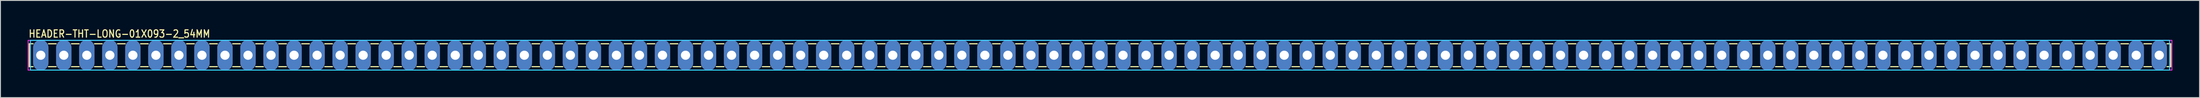
<source format=kicad_pcb>
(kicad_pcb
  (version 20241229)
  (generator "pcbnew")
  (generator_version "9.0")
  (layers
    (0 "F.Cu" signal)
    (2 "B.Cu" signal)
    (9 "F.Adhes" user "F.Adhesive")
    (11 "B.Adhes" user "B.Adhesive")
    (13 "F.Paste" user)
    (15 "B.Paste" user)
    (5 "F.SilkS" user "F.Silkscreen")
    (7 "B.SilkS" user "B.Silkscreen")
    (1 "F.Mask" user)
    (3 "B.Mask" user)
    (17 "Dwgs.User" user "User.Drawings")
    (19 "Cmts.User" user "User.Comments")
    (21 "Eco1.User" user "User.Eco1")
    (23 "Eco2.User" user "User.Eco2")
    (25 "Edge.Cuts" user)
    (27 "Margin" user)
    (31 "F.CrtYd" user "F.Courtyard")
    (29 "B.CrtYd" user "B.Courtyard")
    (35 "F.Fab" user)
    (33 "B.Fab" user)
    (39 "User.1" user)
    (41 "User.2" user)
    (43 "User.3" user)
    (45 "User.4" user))
  (footprint "HEADER-THT-LONG-01X093-2_54MM"
    (layer "F.Cu")
    (at 1.447 3.079)
    (property "Reference" "HEADER-THT-LONG-01X093-2_54MM" (at -1.4 -1.9 0) (unlocked yes) (layer "F.SilkS") (effects (font (size 0.813 0.695) (thickness 0.122)) (justify left bottom)))
    (fp_line (start -1.27 -1.27) (end -1.27 1.27) (stroke (width 0.127) (type solid)) (layer "F.SilkS"))
    (fp_line (start -1.27 1.27) (end -0.85 1.27) (stroke (width 0.127) (type solid)) (layer "F.SilkS"))
    (fp_line (start -0.85 -1.27) (end -1.27 -1.27) (stroke (width 0.127) (type solid)) (layer "F.SilkS"))
    (fp_line (start 0.85 -1.27) (end 1.69 -1.27) (stroke (width 0.127) (type solid)) (layer "F.SilkS"))
    (fp_line (start 0.85 1.27) (end 1.69 1.27) (stroke (width 0.127) (type solid)) (layer "F.SilkS"))
    (fp_line (start 3.39 -1.27) (end 4.23 -1.27) (stroke (width 0.127) (type solid)) (layer "F.SilkS"))
    (fp_line (start 3.39 1.27) (end 4.23 1.27) (stroke (width 0.127) (type solid)) (layer "F.SilkS"))
    (fp_line (start 5.93 -1.27) (end 6.77 -1.27) (stroke (width 0.127) (type solid)) (layer "F.SilkS"))
    (fp_line (start 5.93 1.27) (end 6.77 1.27) (stroke (width 0.127) (type solid)) (layer "F.SilkS"))
    (fp_line (start 8.47 -1.27) (end 9.31 -1.27) (stroke (width 0.127) (type solid)) (layer "F.SilkS"))
    (fp_line (start 8.47 1.27) (end 9.31 1.27) (stroke (width 0.127) (type solid)) (layer "F.SilkS"))
    (fp_line (start 11.01 -1.27) (end 11.85 -1.27) (stroke (width 0.127) (type solid)) (layer "F.SilkS"))
    (fp_line (start 11.01 1.27) (end 11.85 1.27) (stroke (width 0.127) (type solid)) (layer "F.SilkS"))
    (fp_line (start 13.55 -1.27) (end 14.39 -1.27) (stroke (width 0.127) (type solid)) (layer "F.SilkS"))
    (fp_line (start 13.55 1.27) (end 14.39 1.27) (stroke (width 0.127) (type solid)) (layer "F.SilkS"))
    (fp_line (start 16.09 -1.27) (end 16.93 -1.27) (stroke (width 0.127) (type solid)) (layer "F.SilkS"))
    (fp_line (start 16.09 1.27) (end 16.93 1.27) (stroke (width 0.127) (type solid)) (layer "F.SilkS"))
    (fp_line (start 18.63 -1.27) (end 19.47 -1.27) (stroke (width 0.127) (type solid)) (layer "F.SilkS"))
    (fp_line (start 18.63 1.27) (end 19.47 1.27) (stroke (width 0.127) (type solid)) (layer "F.SilkS"))
    (fp_line (start 21.17 -1.27) (end 22.01 -1.27) (stroke (width 0.127) (type solid)) (layer "F.SilkS"))
    (fp_line (start 21.17 1.27) (end 22.01 1.27) (stroke (width 0.127) (type solid)) (layer "F.SilkS"))
    (fp_line (start 23.71 -1.27) (end 24.55 -1.27) (stroke (width 0.127) (type solid)) (layer "F.SilkS"))
    (fp_line (start 23.71 1.27) (end 24.55 1.27) (stroke (width 0.127) (type solid)) (layer "F.SilkS"))
    (fp_line (start 26.25 -1.27) (end 27.09 -1.27) (stroke (width 0.127) (type solid)) (layer "F.SilkS"))
    (fp_line (start 26.25 1.27) (end 27.09 1.27) (stroke (width 0.127) (type solid)) (layer "F.SilkS"))
    (fp_line (start 28.79 -1.27) (end 29.63 -1.27) (stroke (width 0.127) (type solid)) (layer "F.SilkS"))
    (fp_line (start 28.79 1.27) (end 29.63 1.27) (stroke (width 0.127) (type solid)) (layer "F.SilkS"))
    (fp_line (start 31.33 -1.27) (end 32.17 -1.27) (stroke (width 0.127) (type solid)) (layer "F.SilkS"))
    (fp_line (start 31.33 1.27) (end 32.17 1.27) (stroke (width 0.127) (type solid)) (layer "F.SilkS"))
    (fp_line (start 33.87 -1.27) (end 34.71 -1.27) (stroke (width 0.127) (type solid)) (layer "F.SilkS"))
    (fp_line (start 33.87 1.27) (end 34.71 1.27) (stroke (width 0.127) (type solid)) (layer "F.SilkS"))
    (fp_line (start 36.41 -1.27) (end 37.25 -1.27) (stroke (width 0.127) (type solid)) (layer "F.SilkS"))
    (fp_line (start 36.41 1.27) (end 37.25 1.27) (stroke (width 0.127) (type solid)) (layer "F.SilkS"))
    (fp_line (start 38.95 -1.27) (end 39.79 -1.27) (stroke (width 0.127) (type solid)) (layer "F.SilkS"))
    (fp_line (start 38.95 1.27) (end 39.79 1.27) (stroke (width 0.127) (type solid)) (layer "F.SilkS"))
    (fp_line (start 41.49 -1.27) (end 42.33 -1.27) (stroke (width 0.127) (type solid)) (layer "F.SilkS"))
    (fp_line (start 41.49 1.27) (end 42.33 1.27) (stroke (width 0.127) (type solid)) (layer "F.SilkS"))
    (fp_line (start 44.03 -1.27) (end 44.87 -1.27) (stroke (width 0.127) (type solid)) (layer "F.SilkS"))
    (fp_line (start 44.03 1.27) (end 44.87 1.27) (stroke (width 0.127) (type solid)) (layer "F.SilkS"))
    (fp_line (start 46.57 -1.27) (end 47.41 -1.27) (stroke (width 0.127) (type solid)) (layer "F.SilkS"))
    (fp_line (start 46.57 1.27) (end 47.41 1.27) (stroke (width 0.127) (type solid)) (layer "F.SilkS"))
    (fp_line (start 49.11 -1.27) (end 49.95 -1.27) (stroke (width 0.127) (type solid)) (layer "F.SilkS"))
    (fp_line (start 49.11 1.27) (end 49.95 1.27) (stroke (width 0.127) (type solid)) (layer "F.SilkS"))
    (fp_line (start 51.65 -1.27) (end 52.49 -1.27) (stroke (width 0.127) (type solid)) (layer "F.SilkS"))
    (fp_line (start 51.65 1.27) (end 52.49 1.27) (stroke (width 0.127) (type solid)) (layer "F.SilkS"))
    (fp_line (start 54.19 -1.27) (end 55.03 -1.27) (stroke (width 0.127) (type solid)) (layer "F.SilkS"))
    (fp_line (start 54.19 1.27) (end 55.03 1.27) (stroke (width 0.127) (type solid)) (layer "F.SilkS"))
    (fp_line (start 56.73 -1.27) (end 57.57 -1.27) (stroke (width 0.127) (type solid)) (layer "F.SilkS"))
    (fp_line (start 56.73 1.27) (end 57.57 1.27) (stroke (width 0.127) (type solid)) (layer "F.SilkS"))
    (fp_line (start 59.27 -1.27) (end 60.11 -1.27) (stroke (width 0.127) (type solid)) (layer "F.SilkS"))
    (fp_line (start 59.27 1.27) (end 60.11 1.27) (stroke (width 0.127) (type solid)) (layer "F.SilkS"))
    (fp_line (start 61.81 -1.27) (end 62.65 -1.27) (stroke (width 0.127) (type solid)) (layer "F.SilkS"))
    (fp_line (start 61.81 1.27) (end 62.65 1.27) (stroke (width 0.127) (type solid)) (layer "F.SilkS"))
    (fp_line (start 64.35 -1.27) (end 65.19 -1.27) (stroke (width 0.127) (type solid)) (layer "F.SilkS"))
    (fp_line (start 64.35 1.27) (end 65.19 1.27) (stroke (width 0.127) (type solid)) (layer "F.SilkS"))
    (fp_line (start 66.89 -1.27) (end 67.73 -1.27) (stroke (width 0.127) (type solid)) (layer "F.SilkS"))
    (fp_line (start 66.89 1.27) (end 67.73 1.27) (stroke (width 0.127) (type solid)) (layer "F.SilkS"))
    (fp_line (start 69.43 -1.27) (end 70.27 -1.27) (stroke (width 0.127) (type solid)) (layer "F.SilkS"))
    (fp_line (start 69.43 1.27) (end 70.27 1.27) (stroke (width 0.127) (type solid)) (layer "F.SilkS"))
    (fp_line (start 71.97 -1.27) (end 72.81 -1.27) (stroke (width 0.127) (type solid)) (layer "F.SilkS"))
    (fp_line (start 71.97 1.27) (end 72.81 1.27) (stroke (width 0.127) (type solid)) (layer "F.SilkS"))
    (fp_line (start 74.51 -1.27) (end 75.35 -1.27) (stroke (width 0.127) (type solid)) (layer "F.SilkS"))
    (fp_line (start 74.51 1.27) (end 75.35 1.27) (stroke (width 0.127) (type solid)) (layer "F.SilkS"))
    (fp_line (start 77.05 -1.27) (end 77.89 -1.27) (stroke (width 0.127) (type solid)) (layer "F.SilkS"))
    (fp_line (start 77.05 1.27) (end 77.89 1.27) (stroke (width 0.127) (type solid)) (layer "F.SilkS"))
    (fp_line (start 79.59 -1.27) (end 80.43 -1.27) (stroke (width 0.127) (type solid)) (layer "F.SilkS"))
    (fp_line (start 79.59 1.27) (end 80.43 1.27) (stroke (width 0.127) (type solid)) (layer "F.SilkS"))
    (fp_line (start 82.13 -1.27) (end 82.97 -1.27) (stroke (width 0.127) (type solid)) (layer "F.SilkS"))
    (fp_line (start 82.13 1.27) (end 82.97 1.27) (stroke (width 0.127) (type solid)) (layer "F.SilkS"))
    (fp_line (start 84.67 -1.27) (end 85.51 -1.27) (stroke (width 0.127) (type solid)) (layer "F.SilkS"))
    (fp_line (start 84.67 1.27) (end 85.51 1.27) (stroke (width 0.127) (type solid)) (layer "F.SilkS"))
    (fp_line (start 87.21 -1.27) (end 88.05 -1.27) (stroke (width 0.127) (type solid)) (layer "F.SilkS"))
    (fp_line (start 87.21 1.27) (end 88.05 1.27) (stroke (width 0.127) (type solid)) (layer "F.SilkS"))
    (fp_line (start 89.75 -1.27) (end 90.59 -1.27) (stroke (width 0.127) (type solid)) (layer "F.SilkS"))
    (fp_line (start 89.75 1.27) (end 90.59 1.27) (stroke (width 0.127) (type solid)) (layer "F.SilkS"))
    (fp_line (start 92.29 -1.27) (end 93.13 -1.27) (stroke (width 0.127) (type solid)) (layer "F.SilkS"))
    (fp_line (start 92.29 1.27) (end 93.13 1.27) (stroke (width 0.127) (type solid)) (layer "F.SilkS"))
    (fp_line (start 94.83 -1.27) (end 95.67 -1.27) (stroke (width 0.127) (type solid)) (layer "F.SilkS"))
    (fp_line (start 94.83 1.27) (end 95.67 1.27) (stroke (width 0.127) (type solid)) (layer "F.SilkS"))
    (fp_line (start 97.37 -1.27) (end 98.21 -1.27) (stroke (width 0.127) (type solid)) (layer "F.SilkS"))
    (fp_line (start 97.37 1.27) (end 98.21 1.27) (stroke (width 0.127) (type solid)) (layer "F.SilkS"))
    (fp_line (start 99.91 -1.27) (end 100.75 -1.27) (stroke (width 0.127) (type solid)) (layer "F.SilkS"))
    (fp_line (start 99.91 1.27) (end 100.75 1.27) (stroke (width 0.127) (type solid)) (layer "F.SilkS"))
    (fp_line (start 102.45 -1.27) (end 103.29 -1.27) (stroke (width 0.127) (type solid)) (layer "F.SilkS"))
    (fp_line (start 102.45 1.27) (end 103.29 1.27) (stroke (width 0.127) (type solid)) (layer "F.SilkS"))
    (fp_line (start 104.99 -1.27) (end 105.83 -1.27) (stroke (width 0.127) (type solid)) (layer "F.SilkS"))
    (fp_line (start 104.99 1.27) (end 105.83 1.27) (stroke (width 0.127) (type solid)) (layer "F.SilkS"))
    (fp_line (start 107.53 -1.27) (end 108.37 -1.27) (stroke (width 0.127) (type solid)) (layer "F.SilkS"))
    (fp_line (start 107.53 1.27) (end 108.37 1.27) (stroke (width 0.127) (type solid)) (layer "F.SilkS"))
    (fp_line (start 110.07 -1.27) (end 110.91 -1.27) (stroke (width 0.127) (type solid)) (layer "F.SilkS"))
    (fp_line (start 110.07 1.27) (end 110.91 1.27) (stroke (width 0.127) (type solid)) (layer "F.SilkS"))
    (fp_line (start 112.61 -1.27) (end 113.45 -1.27) (stroke (width 0.127) (type solid)) (layer "F.SilkS"))
    (fp_line (start 112.61 1.27) (end 113.45 1.27) (stroke (width 0.127) (type solid)) (layer "F.SilkS"))
    (fp_line (start 115.15 -1.27) (end 115.99 -1.27) (stroke (width 0.127) (type solid)) (layer "F.SilkS"))
    (fp_line (start 115.15 1.27) (end 115.99 1.27) (stroke (width 0.127) (type solid)) (layer "F.SilkS"))
    (fp_line (start 117.69 -1.27) (end 118.53 -1.27) (stroke (width 0.127) (type solid)) (layer "F.SilkS"))
    (fp_line (start 117.69 1.27) (end 118.53 1.27) (stroke (width 0.127) (type solid)) (layer "F.SilkS"))
    (fp_line (start 120.23 -1.27) (end 121.07 -1.27) (stroke (width 0.127) (type solid)) (layer "F.SilkS"))
    (fp_line (start 120.23 1.27) (end 121.07 1.27) (stroke (width 0.127) (type solid)) (layer "F.SilkS"))
    (fp_line (start 122.77 -1.27) (end 123.61 -1.27) (stroke (width 0.127) (type solid)) (layer "F.SilkS"))
    (fp_line (start 122.77 1.27) (end 123.61 1.27) (stroke (width 0.127) (type solid)) (layer "F.SilkS"))
    (fp_line (start 125.31 -1.27) (end 126.15 -1.27) (stroke (width 0.127) (type solid)) (layer "F.SilkS"))
    (fp_line (start 125.31 1.27) (end 126.15 1.27) (stroke (width 0.127) (type solid)) (layer "F.SilkS"))
    (fp_line (start 127.85 -1.27) (end 128.69 -1.27) (stroke (width 0.127) (type solid)) (layer "F.SilkS"))
    (fp_line (start 127.85 1.27) (end 128.69 1.27) (stroke (width 0.127) (type solid)) (layer "F.SilkS"))
    (fp_line (start 130.39 -1.27) (end 131.23 -1.27) (stroke (width 0.127) (type solid)) (layer "F.SilkS"))
    (fp_line (start 130.39 1.27) (end 131.23 1.27) (stroke (width 0.127) (type solid)) (layer "F.SilkS"))
    (fp_line (start 132.93 -1.27) (end 133.77 -1.27) (stroke (width 0.127) (type solid)) (layer "F.SilkS"))
    (fp_line (start 132.93 1.27) (end 133.77 1.27) (stroke (width 0.127) (type solid)) (layer "F.SilkS"))
    (fp_line (start 135.47 -1.27) (end 136.31 -1.27) (stroke (width 0.127) (type solid)) (layer "F.SilkS"))
    (fp_line (start 135.47 1.27) (end 136.31 1.27) (stroke (width 0.127) (type solid)) (layer "F.SilkS"))
    (fp_line (start 138.01 -1.27) (end 138.85 -1.27) (stroke (width 0.127) (type solid)) (layer "F.SilkS"))
    (fp_line (start 138.01 1.27) (end 138.85 1.27) (stroke (width 0.127) (type solid)) (layer "F.SilkS"))
    (fp_line (start 140.55 -1.27) (end 141.39 -1.27) (stroke (width 0.127) (type solid)) (layer "F.SilkS"))
    (fp_line (start 140.55 1.27) (end 141.39 1.27) (stroke (width 0.127) (type solid)) (layer "F.SilkS"))
    (fp_line (start 143.09 -1.27) (end 143.93 -1.27) (stroke (width 0.127) (type solid)) (layer "F.SilkS"))
    (fp_line (start 143.09 1.27) (end 143.93 1.27) (stroke (width 0.127) (type solid)) (layer "F.SilkS"))
    (fp_line (start 145.63 -1.27) (end 146.47 -1.27) (stroke (width 0.127) (type solid)) (layer "F.SilkS"))
    (fp_line (start 145.63 1.27) (end 146.47 1.27) (stroke (width 0.127) (type solid)) (layer "F.SilkS"))
    (fp_line (start 148.17 -1.27) (end 149.01 -1.27) (stroke (width 0.127) (type solid)) (layer "F.SilkS"))
    (fp_line (start 148.17 1.27) (end 149.01 1.27) (stroke (width 0.127) (type solid)) (layer "F.SilkS"))
    (fp_line (start 150.71 -1.27) (end 151.55 -1.27) (stroke (width 0.127) (type solid)) (layer "F.SilkS"))
    (fp_line (start 150.71 1.27) (end 151.55 1.27) (stroke (width 0.127) (type solid)) (layer "F.SilkS"))
    (fp_line (start 153.25 -1.27) (end 154.09 -1.27) (stroke (width 0.127) (type solid)) (layer "F.SilkS"))
    (fp_line (start 153.25 1.27) (end 154.09 1.27) (stroke (width 0.127) (type solid)) (layer "F.SilkS"))
    (fp_line (start 155.79 -1.27) (end 156.63 -1.27) (stroke (width 0.127) (type solid)) (layer "F.SilkS"))
    (fp_line (start 155.79 1.27) (end 156.63 1.27) (stroke (width 0.127) (type solid)) (layer "F.SilkS"))
    (fp_line (start 158.33 -1.27) (end 159.17 -1.27) (stroke (width 0.127) (type solid)) (layer "F.SilkS"))
    (fp_line (start 158.33 1.27) (end 159.17 1.27) (stroke (width 0.127) (type solid)) (layer "F.SilkS"))
    (fp_line (start 160.87 -1.27) (end 161.71 -1.27) (stroke (width 0.127) (type solid)) (layer "F.SilkS"))
    (fp_line (start 160.87 1.27) (end 161.71 1.27) (stroke (width 0.127) (type solid)) (layer "F.SilkS"))
    (fp_line (start 163.41 -1.27) (end 164.25 -1.27) (stroke (width 0.127) (type solid)) (layer "F.SilkS"))
    (fp_line (start 163.41 1.27) (end 164.25 1.27) (stroke (width 0.127) (type solid)) (layer "F.SilkS"))
    (fp_line (start 165.95 -1.27) (end 166.79 -1.27) (stroke (width 0.127) (type solid)) (layer "F.SilkS"))
    (fp_line (start 165.95 1.27) (end 166.79 1.27) (stroke (width 0.127) (type solid)) (layer "F.SilkS"))
    (fp_line (start 168.49 -1.27) (end 169.33 -1.27) (stroke (width 0.127) (type solid)) (layer "F.SilkS"))
    (fp_line (start 168.49 1.27) (end 169.33 1.27) (stroke (width 0.127) (type solid)) (layer "F.SilkS"))
    (fp_line (start 171.03 -1.27) (end 171.87 -1.27) (stroke (width 0.127) (type solid)) (layer "F.SilkS"))
    (fp_line (start 171.03 1.27) (end 171.87 1.27) (stroke (width 0.127) (type solid)) (layer "F.SilkS"))
    (fp_line (start 173.57 -1.27) (end 174.41 -1.27) (stroke (width 0.127) (type solid)) (layer "F.SilkS"))
    (fp_line (start 173.57 1.27) (end 174.41 1.27) (stroke (width 0.127) (type solid)) (layer "F.SilkS"))
    (fp_line (start 176.11 -1.27) (end 176.95 -1.27) (stroke (width 0.127) (type solid)) (layer "F.SilkS"))
    (fp_line (start 176.11 1.27) (end 176.95 1.27) (stroke (width 0.127) (type solid)) (layer "F.SilkS"))
    (fp_line (start 178.65 -1.27) (end 179.49 -1.27) (stroke (width 0.127) (type solid)) (layer "F.SilkS"))
    (fp_line (start 178.65 1.27) (end 179.49 1.27) (stroke (width 0.127) (type solid)) (layer "F.SilkS"))
    (fp_line (start 181.19 -1.27) (end 182.03 -1.27) (stroke (width 0.127) (type solid)) (layer "F.SilkS"))
    (fp_line (start 181.19 1.27) (end 182.03 1.27) (stroke (width 0.127) (type solid)) (layer "F.SilkS"))
    (fp_line (start 183.73 -1.27) (end 184.57 -1.27) (stroke (width 0.127) (type solid)) (layer "F.SilkS"))
    (fp_line (start 183.73 1.27) (end 184.57 1.27) (stroke (width 0.127) (type solid)) (layer "F.SilkS"))
    (fp_line (start 186.27 -1.27) (end 187.11 -1.27) (stroke (width 0.127) (type solid)) (layer "F.SilkS"))
    (fp_line (start 186.27 1.27) (end 187.11 1.27) (stroke (width 0.127) (type solid)) (layer "F.SilkS"))
    (fp_line (start 188.81 -1.27) (end 189.65 -1.27) (stroke (width 0.127) (type solid)) (layer "F.SilkS"))
    (fp_line (start 188.81 1.27) (end 189.65 1.27) (stroke (width 0.127) (type solid)) (layer "F.SilkS"))
    (fp_line (start 191.35 -1.27) (end 192.19 -1.27) (stroke (width 0.127) (type solid)) (layer "F.SilkS"))
    (fp_line (start 191.35 1.27) (end 192.19 1.27) (stroke (width 0.127) (type solid)) (layer "F.SilkS"))
    (fp_line (start 193.89 -1.27) (end 194.73 -1.27) (stroke (width 0.127) (type solid)) (layer "F.SilkS"))
    (fp_line (start 193.89 1.27) (end 194.73 1.27) (stroke (width 0.127) (type solid)) (layer "F.SilkS"))
    (fp_line (start 196.43 -1.27) (end 197.27 -1.27) (stroke (width 0.127) (type solid)) (layer "F.SilkS"))
    (fp_line (start 196.43 1.27) (end 197.27 1.27) (stroke (width 0.127) (type solid)) (layer "F.SilkS"))
    (fp_line (start 198.97 -1.27) (end 199.81 -1.27) (stroke (width 0.127) (type solid)) (layer "F.SilkS"))
    (fp_line (start 198.97 1.27) (end 199.81 1.27) (stroke (width 0.127) (type solid)) (layer "F.SilkS"))
    (fp_line (start 201.51 -1.27) (end 202.35 -1.27) (stroke (width 0.127) (type solid)) (layer "F.SilkS"))
    (fp_line (start 201.51 1.27) (end 202.35 1.27) (stroke (width 0.127) (type solid)) (layer "F.SilkS"))
    (fp_line (start 204.05 -1.27) (end 204.89 -1.27) (stroke (width 0.127) (type solid)) (layer "F.SilkS"))
    (fp_line (start 204.05 1.27) (end 204.89 1.27) (stroke (width 0.127) (type solid)) (layer "F.SilkS"))
    (fp_line (start 206.59 -1.27) (end 207.43 -1.27) (stroke (width 0.127) (type solid)) (layer "F.SilkS"))
    (fp_line (start 206.59 1.27) (end 207.43 1.27) (stroke (width 0.127) (type solid)) (layer "F.SilkS"))
    (fp_line (start 209.13 -1.27) (end 209.97 -1.27) (stroke (width 0.127) (type solid)) (layer "F.SilkS"))
    (fp_line (start 209.13 1.27) (end 209.97 1.27) (stroke (width 0.127) (type solid)) (layer "F.SilkS"))
    (fp_line (start 211.67 -1.27) (end 212.51 -1.27) (stroke (width 0.127) (type solid)) (layer "F.SilkS"))
    (fp_line (start 211.67 1.27) (end 212.51 1.27) (stroke (width 0.127) (type solid)) (layer "F.SilkS"))
    (fp_line (start 214.21 -1.27) (end 215.05 -1.27) (stroke (width 0.127) (type solid)) (layer "F.SilkS"))
    (fp_line (start 214.21 1.27) (end 215.05 1.27) (stroke (width 0.127) (type solid)) (layer "F.SilkS"))
    (fp_line (start 216.75 -1.27) (end 217.59 -1.27) (stroke (width 0.127) (type solid)) (layer "F.SilkS"))
    (fp_line (start 216.75 1.27) (end 217.59 1.27) (stroke (width 0.127) (type solid)) (layer "F.SilkS"))
    (fp_line (start 219.29 -1.27) (end 220.13 -1.27) (stroke (width 0.127) (type solid)) (layer "F.SilkS"))
    (fp_line (start 219.29 1.27) (end 220.13 1.27) (stroke (width 0.127) (type solid)) (layer "F.SilkS"))
    (fp_line (start 221.83 -1.27) (end 222.67 -1.27) (stroke (width 0.127) (type solid)) (layer "F.SilkS"))
    (fp_line (start 221.83 1.27) (end 222.67 1.27) (stroke (width 0.127) (type solid)) (layer "F.SilkS"))
    (fp_line (start 224.37 -1.27) (end 225.21 -1.27) (stroke (width 0.127) (type solid)) (layer "F.SilkS"))
    (fp_line (start 224.37 1.27) (end 225.21 1.27) (stroke (width 0.127) (type solid)) (layer "F.SilkS"))
    (fp_line (start 226.91 -1.27) (end 227.75 -1.27) (stroke (width 0.127) (type solid)) (layer "F.SilkS"))
    (fp_line (start 226.91 1.27) (end 227.75 1.27) (stroke (width 0.127) (type solid)) (layer "F.SilkS"))
    (fp_line (start 229.45 -1.27) (end 230.29 -1.27) (stroke (width 0.127) (type solid)) (layer "F.SilkS"))
    (fp_line (start 229.45 1.27) (end 230.29 1.27) (stroke (width 0.127) (type solid)) (layer "F.SilkS"))
    (fp_line (start 231.99 -1.27) (end 232.83 -1.27) (stroke (width 0.127) (type solid)) (layer "F.SilkS"))
    (fp_line (start 231.99 1.27) (end 232.83 1.27) (stroke (width 0.127) (type solid)) (layer "F.SilkS"))
    (fp_line (start 234.53 -1.27) (end 234.95 -1.27) (stroke (width 0.127) (type solid)) (layer "F.SilkS"))
    (fp_line (start 234.95 -1.27) (end 234.95 1.27) (stroke (width 0.127) (type solid)) (layer "F.SilkS"))
    (fp_line (start 234.95 1.27) (end 234.53 1.27) (stroke (width 0.127) (type solid)) (layer "F.SilkS"))
    (fp_poly (pts (xy -1.143 -1.651) (xy 234.823 -1.651) (xy 234.823 1.651) (xy -1.143 1.651)) (stroke (width 0.1) (type solid)) (fill no) (layer "B.CrtYd"))
    (fp_poly (pts (xy -1.397 -1.651) (xy 235.077 -1.651) (xy 235.077 1.651) (xy -1.397 1.651)) (stroke (width 0.1) (type solid)) (fill no) (layer "F.CrtYd"))
    (pad "1" thru_hole oval (at 0 0 90) (size 3.387 1.693) (drill 1.016) (layers "*.Cu" "*.Mask"))
    (pad "2" thru_hole oval (at 2.54 0 90) (size 3.387 1.693) (drill 1.016) (layers "*.Cu" "*.Mask"))
    (pad "3" thru_hole oval (at 5.08 0 90) (size 3.387 1.693) (drill 1.016) (layers "*.Cu" "*.Mask"))
    (pad "4" thru_hole oval (at 7.62 0 90) (size 3.387 1.693) (drill 1.016) (layers "*.Cu" "*.Mask"))
    (pad "5" thru_hole oval (at 10.16 0 90) (size 3.387 1.693) (drill 1.016) (layers "*.Cu" "*.Mask"))
    (pad "6" thru_hole oval (at 12.7 0 90) (size 3.387 1.693) (drill 1.016) (layers "*.Cu" "*.Mask"))
    (pad "7" thru_hole oval (at 15.24 0 90) (size 3.387 1.693) (drill 1.016) (layers "*.Cu" "*.Mask"))
    (pad "8" thru_hole oval (at 17.78 0 90) (size 3.387 1.693) (drill 1.016) (layers "*.Cu" "*.Mask"))
    (pad "9" thru_hole oval (at 20.32 0 90) (size 3.387 1.693) (drill 1.016) (layers "*.Cu" "*.Mask"))
    (pad "10" thru_hole oval (at 22.86 0 90) (size 3.387 1.693) (drill 1.016) (layers "*.Cu" "*.Mask"))
    (pad "11" thru_hole oval (at 25.4 0 90) (size 3.387 1.693) (drill 1.016) (layers "*.Cu" "*.Mask"))
    (pad "12" thru_hole oval (at 27.94 0 90) (size 3.387 1.693) (drill 1.016) (layers "*.Cu" "*.Mask"))
    (pad "13" thru_hole oval (at 30.48 0 90) (size 3.387 1.693) (drill 1.016) (layers "*.Cu" "*.Mask"))
    (pad "14" thru_hole oval (at 33.02 0 90) (size 3.387 1.693) (drill 1.016) (layers "*.Cu" "*.Mask"))
    (pad "15" thru_hole oval (at 35.56 0 90) (size 3.387 1.693) (drill 1.016) (layers "*.Cu" "*.Mask"))
    (pad "16" thru_hole oval (at 38.1 0 90) (size 3.387 1.693) (drill 1.016) (layers "*.Cu" "*.Mask"))
    (pad "17" thru_hole oval (at 40.64 0 90) (size 3.387 1.693) (drill 1.016) (layers "*.Cu" "*.Mask"))
    (pad "18" thru_hole oval (at 43.18 0 90) (size 3.387 1.693) (drill 1.016) (layers "*.Cu" "*.Mask"))
    (pad "19" thru_hole oval (at 45.72 0 90) (size 3.387 1.693) (drill 1.016) (layers "*.Cu" "*.Mask"))
    (pad "20" thru_hole oval (at 48.26 0 90) (size 3.387 1.693) (drill 1.016) (layers "*.Cu" "*.Mask"))
    (pad "21" thru_hole oval (at 50.8 0 90) (size 3.387 1.693) (drill 1.016) (layers "*.Cu" "*.Mask"))
    (pad "22" thru_hole oval (at 53.34 0 90) (size 3.387 1.693) (drill 1.016) (layers "*.Cu" "*.Mask"))
    (pad "23" thru_hole oval (at 55.88 0 90) (size 3.387 1.693) (drill 1.016) (layers "*.Cu" "*.Mask"))
    (pad "24" thru_hole oval (at 58.42 0 90) (size 3.387 1.693) (drill 1.016) (layers "*.Cu" "*.Mask"))
    (pad "25" thru_hole oval (at 60.96 0 90) (size 3.387 1.693) (drill 1.016) (layers "*.Cu" "*.Mask"))
    (pad "26" thru_hole oval (at 63.5 0 90) (size 3.387 1.693) (drill 1.016) (layers "*.Cu" "*.Mask"))
    (pad "27" thru_hole oval (at 66.04 0 90) (size 3.387 1.693) (drill 1.016) (layers "*.Cu" "*.Mask"))
    (pad "28" thru_hole oval (at 68.58 0 90) (size 3.387 1.693) (drill 1.016) (layers "*.Cu" "*.Mask"))
    (pad "29" thru_hole oval (at 71.12 0 90) (size 3.387 1.693) (drill 1.016) (layers "*.Cu" "*.Mask"))
    (pad "30" thru_hole oval (at 73.66 0 90) (size 3.387 1.693) (drill 1.016) (layers "*.Cu" "*.Mask"))
    (pad "31" thru_hole oval (at 76.2 0 90) (size 3.387 1.693) (drill 1.016) (layers "*.Cu" "*.Mask"))
    (pad "32" thru_hole oval (at 78.74 0 90) (size 3.387 1.693) (drill 1.016) (layers "*.Cu" "*.Mask"))
    (pad "33" thru_hole oval (at 81.28 0 90) (size 3.387 1.693) (drill 1.016) (layers "*.Cu" "*.Mask"))
    (pad "34" thru_hole oval (at 83.82 0 90) (size 3.387 1.693) (drill 1.016) (layers "*.Cu" "*.Mask"))
    (pad "35" thru_hole oval (at 86.36 0 90) (size 3.387 1.693) (drill 1.016) (layers "*.Cu" "*.Mask"))
    (pad "36" thru_hole oval (at 88.9 0 90) (size 3.387 1.693) (drill 1.016) (layers "*.Cu" "*.Mask"))
    (pad "37" thru_hole oval (at 91.44 0 90) (size 3.387 1.693) (drill 1.016) (layers "*.Cu" "*.Mask"))
    (pad "38" thru_hole oval (at 93.98 0 90) (size 3.387 1.693) (drill 1.016) (layers "*.Cu" "*.Mask"))
    (pad "39" thru_hole oval (at 96.52 0 90) (size 3.387 1.693) (drill 1.016) (layers "*.Cu" "*.Mask"))
    (pad "40" thru_hole oval (at 99.06 0 90) (size 3.387 1.693) (drill 1.016) (layers "*.Cu" "*.Mask"))
    (pad "41" thru_hole oval (at 101.6 0 90) (size 3.387 1.693) (drill 1.016) (layers "*.Cu" "*.Mask"))
    (pad "42" thru_hole oval (at 104.14 0 90) (size 3.387 1.693) (drill 1.016) (layers "*.Cu" "*.Mask"))
    (pad "43" thru_hole oval (at 106.68 0 90) (size 3.387 1.693) (drill 1.016) (layers "*.Cu" "*.Mask"))
    (pad "44" thru_hole oval (at 109.22 0 90) (size 3.387 1.693) (drill 1.016) (layers "*.Cu" "*.Mask"))
    (pad "45" thru_hole oval (at 111.76 0 90) (size 3.387 1.693) (drill 1.016) (layers "*.Cu" "*.Mask"))
    (pad "46" thru_hole oval (at 114.3 0 90) (size 3.387 1.693) (drill 1.016) (layers "*.Cu" "*.Mask"))
    (pad "47" thru_hole oval (at 116.84 0 90) (size 3.387 1.693) (drill 1.016) (layers "*.Cu" "*.Mask"))
    (pad "48" thru_hole oval (at 119.38 0 90) (size 3.387 1.693) (drill 1.016) (layers "*.Cu" "*.Mask"))
    (pad "49" thru_hole oval (at 121.92 0 90) (size 3.387 1.693) (drill 1.016) (layers "*.Cu" "*.Mask"))
    (pad "50" thru_hole oval (at 124.46 0 90) (size 3.387 1.693) (drill 1.016) (layers "*.Cu" "*.Mask"))
    (pad "51" thru_hole oval (at 127 0 90) (size 3.387 1.693) (drill 1.016) (layers "*.Cu" "*.Mask"))
    (pad "52" thru_hole oval (at 129.54 0 90) (size 3.387 1.693) (drill 1.016) (layers "*.Cu" "*.Mask"))
    (pad "53" thru_hole oval (at 132.08 0 90) (size 3.387 1.693) (drill 1.016) (layers "*.Cu" "*.Mask"))
    (pad "54" thru_hole oval (at 134.62 0 90) (size 3.387 1.693) (drill 1.016) (layers "*.Cu" "*.Mask"))
    (pad "55" thru_hole oval (at 137.16 0 90) (size 3.387 1.693) (drill 1.016) (layers "*.Cu" "*.Mask"))
    (pad "56" thru_hole oval (at 139.7 0 90) (size 3.387 1.693) (drill 1.016) (layers "*.Cu" "*.Mask"))
    (pad "57" thru_hole oval (at 142.24 0 90) (size 3.387 1.693) (drill 1.016) (layers "*.Cu" "*.Mask"))
    (pad "58" thru_hole oval (at 144.78 0 90) (size 3.387 1.693) (drill 1.016) (layers "*.Cu" "*.Mask"))
    (pad "59" thru_hole oval (at 147.32 0 90) (size 3.387 1.693) (drill 1.016) (layers "*.Cu" "*.Mask"))
    (pad "60" thru_hole oval (at 149.86 0 90) (size 3.387 1.693) (drill 1.016) (layers "*.Cu" "*.Mask"))
    (pad "61" thru_hole oval (at 152.4 0 90) (size 3.387 1.693) (drill 1.016) (layers "*.Cu" "*.Mask"))
    (pad "62" thru_hole oval (at 154.94 0 90) (size 3.387 1.693) (drill 1.016) (layers "*.Cu" "*.Mask"))
    (pad "63" thru_hole oval (at 157.48 0 90) (size 3.387 1.693) (drill 1.016) (layers "*.Cu" "*.Mask"))
    (pad "64" thru_hole oval (at 160.02 0 90) (size 3.387 1.693) (drill 1.016) (layers "*.Cu" "*.Mask"))
    (pad "65" thru_hole oval (at 162.56 0 90) (size 3.387 1.693) (drill 1.016) (layers "*.Cu" "*.Mask"))
    (pad "66" thru_hole oval (at 165.1 0 90) (size 3.387 1.693) (drill 1.016) (layers "*.Cu" "*.Mask"))
    (pad "67" thru_hole oval (at 167.64 0 90) (size 3.387 1.693) (drill 1.016) (layers "*.Cu" "*.Mask"))
    (pad "68" thru_hole oval (at 170.18 0 90) (size 3.387 1.693) (drill 1.016) (layers "*.Cu" "*.Mask"))
    (pad "69" thru_hole oval (at 172.72 0 90) (size 3.387 1.693) (drill 1.016) (layers "*.Cu" "*.Mask"))
    (pad "70" thru_hole oval (at 175.26 0 90) (size 3.387 1.693) (drill 1.016) (layers "*.Cu" "*.Mask"))
    (pad "71" thru_hole oval (at 177.8 0 90) (size 3.387 1.693) (drill 1.016) (layers "*.Cu" "*.Mask"))
    (pad "72" thru_hole oval (at 180.34 0 90) (size 3.387 1.693) (drill 1.016) (layers "*.Cu" "*.Mask"))
    (pad "73" thru_hole oval (at 182.88 0 90) (size 3.387 1.693) (drill 1.016) (layers "*.Cu" "*.Mask"))
    (pad "74" thru_hole oval (at 185.42 0 90) (size 3.387 1.693) (drill 1.016) (layers "*.Cu" "*.Mask"))
    (pad "75" thru_hole oval (at 187.96 0 90) (size 3.387 1.693) (drill 1.016) (layers "*.Cu" "*.Mask"))
    (pad "76" thru_hole oval (at 190.5 0 90) (size 3.387 1.693) (drill 1.016) (layers "*.Cu" "*.Mask"))
    (pad "77" thru_hole oval (at 193.04 0 90) (size 3.387 1.693) (drill 1.016) (layers "*.Cu" "*.Mask"))
    (pad "78" thru_hole oval (at 195.58 0 90) (size 3.387 1.693) (drill 1.016) (layers "*.Cu" "*.Mask"))
    (pad "79" thru_hole oval (at 198.12 0 90) (size 3.387 1.693) (drill 1.016) (layers "*.Cu" "*.Mask"))
    (pad "80" thru_hole oval (at 200.66 0 90) (size 3.387 1.693) (drill 1.016) (layers "*.Cu" "*.Mask"))
    (pad "81" thru_hole oval (at 203.2 0 90) (size 3.387 1.693) (drill 1.016) (layers "*.Cu" "*.Mask"))
    (pad "82" thru_hole oval (at 205.74 0 90) (size 3.387 1.693) (drill 1.016) (layers "*.Cu" "*.Mask"))
    (pad "83" thru_hole oval (at 208.28 0 90) (size 3.387 1.693) (drill 1.016) (layers "*.Cu" "*.Mask"))
    (pad "84" thru_hole oval (at 210.82 0 90) (size 3.387 1.693) (drill 1.016) (layers "*.Cu" "*.Mask"))
    (pad "85" thru_hole oval (at 213.36 0 90) (size 3.387 1.693) (drill 1.016) (layers "*.Cu" "*.Mask"))
    (pad "86" thru_hole oval (at 215.9 0 90) (size 3.387 1.693) (drill 1.016) (layers "*.Cu" "*.Mask"))
    (pad "87" thru_hole oval (at 218.44 0 90) (size 3.387 1.693) (drill 1.016) (layers "*.Cu" "*.Mask"))
    (pad "88" thru_hole oval (at 220.98 0 90) (size 3.387 1.693) (drill 1.016) (layers "*.Cu" "*.Mask"))
    (pad "89" thru_hole oval (at 223.52 0 90) (size 3.387 1.693) (drill 1.016) (layers "*.Cu" "*.Mask"))
    (pad "90" thru_hole oval (at 226.06 0 90) (size 3.387 1.693) (drill 1.016) (layers "*.Cu" "*.Mask"))
    (pad "91" thru_hole oval (at 228.6 0 90) (size 3.387 1.693) (drill 1.016) (layers "*.Cu" "*.Mask"))
    (pad "92" thru_hole oval (at 231.14 0 90) (size 3.387 1.693) (drill 1.016) (layers "*.Cu" "*.Mask"))
    (pad "93" thru_hole oval (at 233.68 0 90) (size 3.387 1.693) (drill 1.016) (layers "*.Cu" "*.Mask")))
  (gr_rect
    (start -3 -3)
    (end 239.574 7.78)
    (stroke (width 0.1) (type default))
    (fill no)
    (layer "Edge.Cuts")))
</source>
